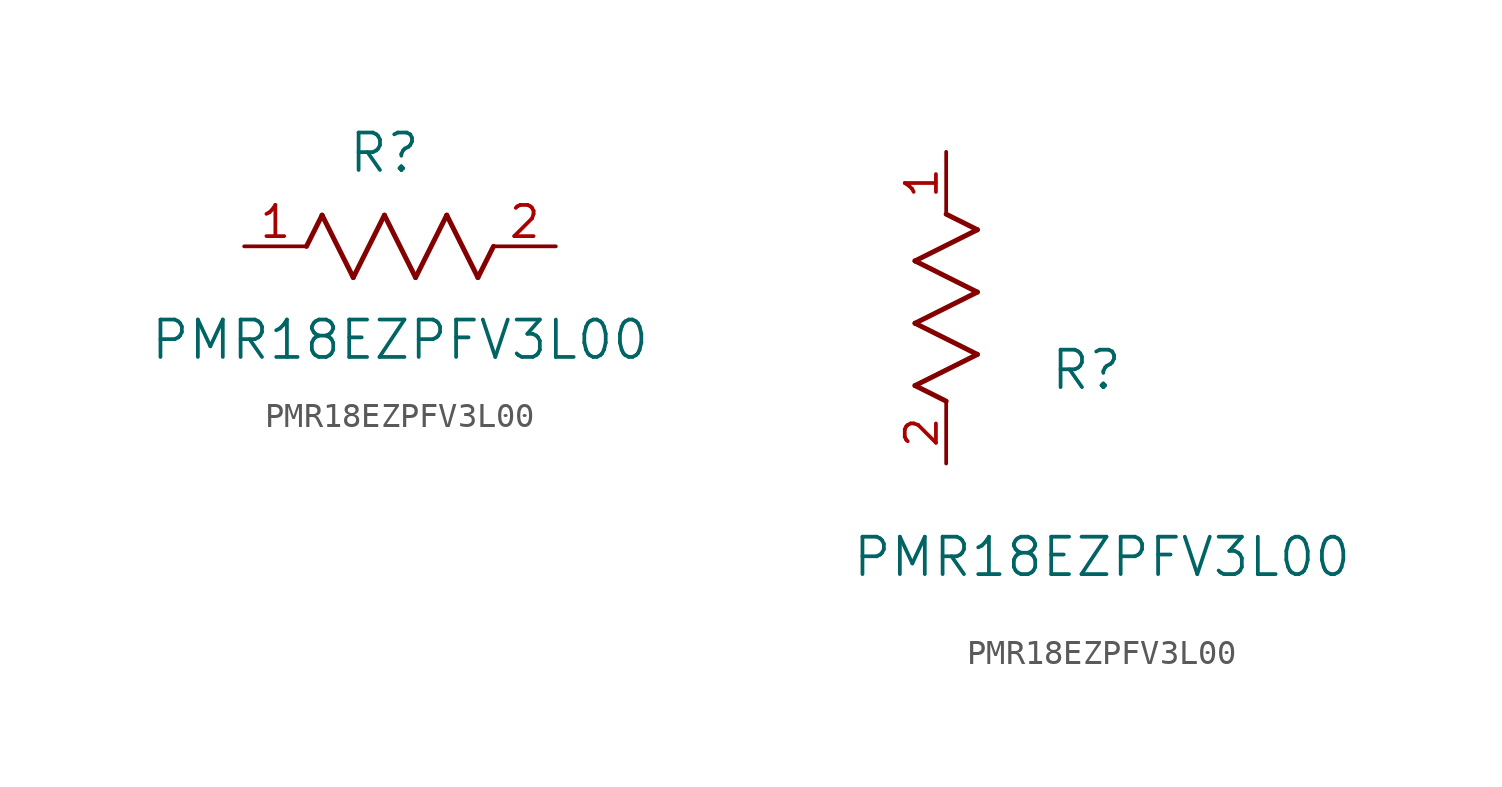
<source format=kicad_sym>
(kicad_symbol_lib
  (version 20211014)
  (generator kicad_symbol_editor)
  (symbol "PMR18EZPFV3L00"
    (pin_names
      (offset 0.254))
    (property "Reference" "R"
      (at 5.715 3.81 0)
      (effects (font (size 1.524 1.524))))
    (property "Value" "PMR18EZPFV3L00"
      (at 6.35 -3.81 0)
      (effects (font (size 1.524 1.524))))
    (symbol "PMR18EZPFV3L00_1_1"
      (polyline (pts (xy 3.175 1.27) (xy 4.445 -1.27)) (stroke (width 0.203) (type default) (color 0 0 0 0)) (fill (type none)))
      (polyline (pts (xy 4.445 -1.27) (xy 5.715 1.27)) (stroke (width 0.203) (type default) (color 0 0 0 0)) (fill (type none)))
      (polyline (pts (xy 5.715 1.27) (xy 6.985 -1.27)) (stroke (width 0.203) (type default) (color 0 0 0 0)) (fill (type none)))
      (polyline (pts (xy 6.985 -1.27) (xy 8.255 1.27)) (stroke (width 0.203) (type default) (color 0 0 0 0)) (fill (type none)))
      (polyline (pts (xy 8.255 1.27) (xy 9.525 -1.27)) (stroke (width 0.203) (type default) (color 0 0 0 0)) (fill (type none)))
      (polyline (pts (xy 2.54 0) (xy 3.175 1.27)) (stroke (width 0.203) (type default) (color 0 0 0 0)) (fill (type none)))
      (polyline (pts (xy 9.525 -1.27) (xy 10.16 0)) (stroke (width 0.203) (type default) (color 0 0 0 0)) (fill (type none)))
      (pin unspecified line (at 0 0 0) (length 2.54) (name "" (effects (font (size 1.27 1.27)))) (number "1" (effects (font (size 1.27 1.27)))))
      (pin unspecified line (at 12.7 0 180) (length 2.54) (name "" (effects (font (size 1.27 1.27)))) (number "2" (effects (font (size 1.27 1.27))))))
    (symbol "PMR18EZPFV3L00_1_2"
      (polyline (pts (xy 0 2.54) (xy -1.27 3.175)) (stroke (width 0.203) (type default) (color 0 0 0 0)) (fill (type none)))
      (polyline (pts (xy -1.27 3.175) (xy 1.27 4.445)) (stroke (width 0.203) (type default) (color 0 0 0 0)) (fill (type none)))
      (polyline (pts (xy 1.27 4.445) (xy -1.27 5.715)) (stroke (width 0.203) (type default) (color 0 0 0 0)) (fill (type none)))
      (polyline (pts (xy -1.27 5.715) (xy 1.27 6.985)) (stroke (width 0.203) (type default) (color 0 0 0 0)) (fill (type none)))
      (polyline (pts (xy -1.27 8.255) (xy 1.27 9.525)) (stroke (width 0.203) (type default) (color 0 0 0 0)) (fill (type none)))
      (polyline (pts (xy 1.27 9.525) (xy 0 10.16)) (stroke (width 0.203) (type default) (color 0 0 0 0)) (fill (type none)))
      (polyline (pts (xy 1.27 6.985) (xy -1.27 8.255)) (stroke (width 0.203) (type default) (color 0 0 0 0)) (fill (type none)))
      (pin unspecified line (at 0 12.7 270) (length 2.54) (name "" (effects (font (size 1.27 1.27)))) (number "1" (effects (font (size 1.27 1.27)))))
      (pin unspecified line (at 0 0 90) (length 2.54) (name "" (effects (font (size 1.27 1.27)))) (number "2" (effects (font (size 1.27 1.27))))))))
</source>
